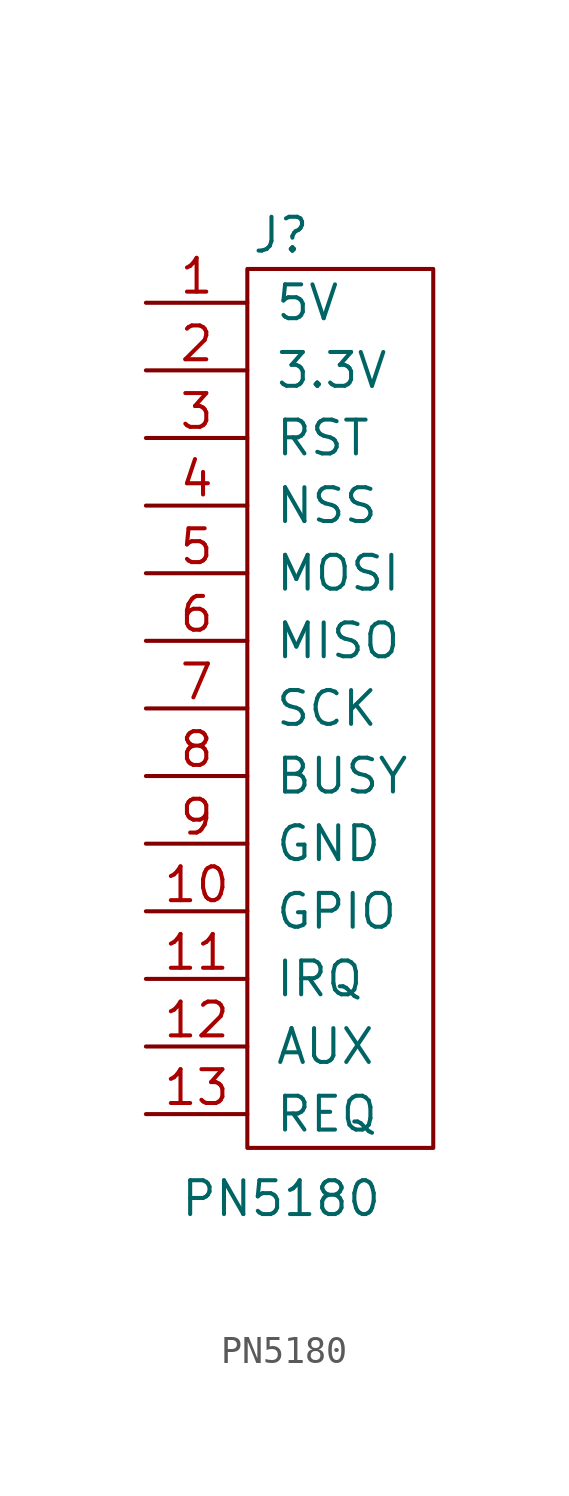
<source format=kicad_sym>
(kicad_symbol_lib
  (version 20220914)
  (generator kicad_symbol_editor)
  (symbol "PN5180"
    (pin_names
      (offset 1.016))
    (property "Reference" "J"
      (at 0 17.78 0)
      (effects (font (size 1.27 1.27))))
    (property "Value" "PN5180"
      (at 0 -18.415 0)
      (effects (font (size 1.27 1.27))))
    (symbol "PN5180_1_1"
      (rectangle (start -1.27 16.51) (end 5.715 -16.51) (stroke (width 0) (type default)) (fill (type none)))
      (pin power_in line (at -5.08 15.24 0) (length 3.81) (name "5V" (effects (font (size 1.27 1.27)))) (number "1" (effects (font (size 1.27 1.27)))))
      (pin bidirectional line (at -5.08 -7.62 0) (length 3.81) (name "GPIO" (effects (font (size 1.27 1.27)))) (number "10" (effects (font (size 1.27 1.27)))))
      (pin output line (at -5.08 -10.16 0) (length 3.81) (name "IRQ" (effects (font (size 1.27 1.27)))) (number "11" (effects (font (size 1.27 1.27)))))
      (pin bidirectional line (at -5.08 -12.7 0) (length 3.81) (name "AUX" (effects (font (size 1.27 1.27)))) (number "12" (effects (font (size 1.27 1.27)))))
      (pin bidirectional line (at -5.08 -15.24 0) (length 3.81) (name "REQ" (effects (font (size 1.27 1.27)))) (number "13" (effects (font (size 1.27 1.27)))))
      (pin power_in line (at -5.08 12.7 0) (length 3.81) (name "3.3V" (effects (font (size 1.27 1.27)))) (number "2" (effects (font (size 1.27 1.27)))))
      (pin input line (at -5.08 10.16 0) (length 3.81) (name "RST" (effects (font (size 1.27 1.27)))) (number "3" (effects (font (size 1.27 1.27)))))
      (pin input line (at -5.08 7.62 0) (length 3.81) (name "NSS" (effects (font (size 1.27 1.27)))) (number "4" (effects (font (size 1.27 1.27)))))
      (pin input line (at -5.08 5.08 0) (length 3.81) (name "MOSI" (effects (font (size 1.27 1.27)))) (number "5" (effects (font (size 1.27 1.27)))))
      (pin output line (at -5.08 2.54 0) (length 3.81) (name "MISO" (effects (font (size 1.27 1.27)))) (number "6" (effects (font (size 1.27 1.27)))))
      (pin input line (at -5.08 0 0) (length 3.81) (name "SCK" (effects (font (size 1.27 1.27)))) (number "7" (effects (font (size 1.27 1.27)))))
      (pin output line (at -5.08 -2.54 0) (length 3.81) (name "BUSY" (effects (font (size 1.27 1.27)))) (number "8" (effects (font (size 1.27 1.27)))))
      (pin power_in line (at -5.08 -5.08 0) (length 3.81) (name "GND" (effects (font (size 1.27 1.27)))) (number "9" (effects (font (size 1.27 1.27))))))))
</source>
